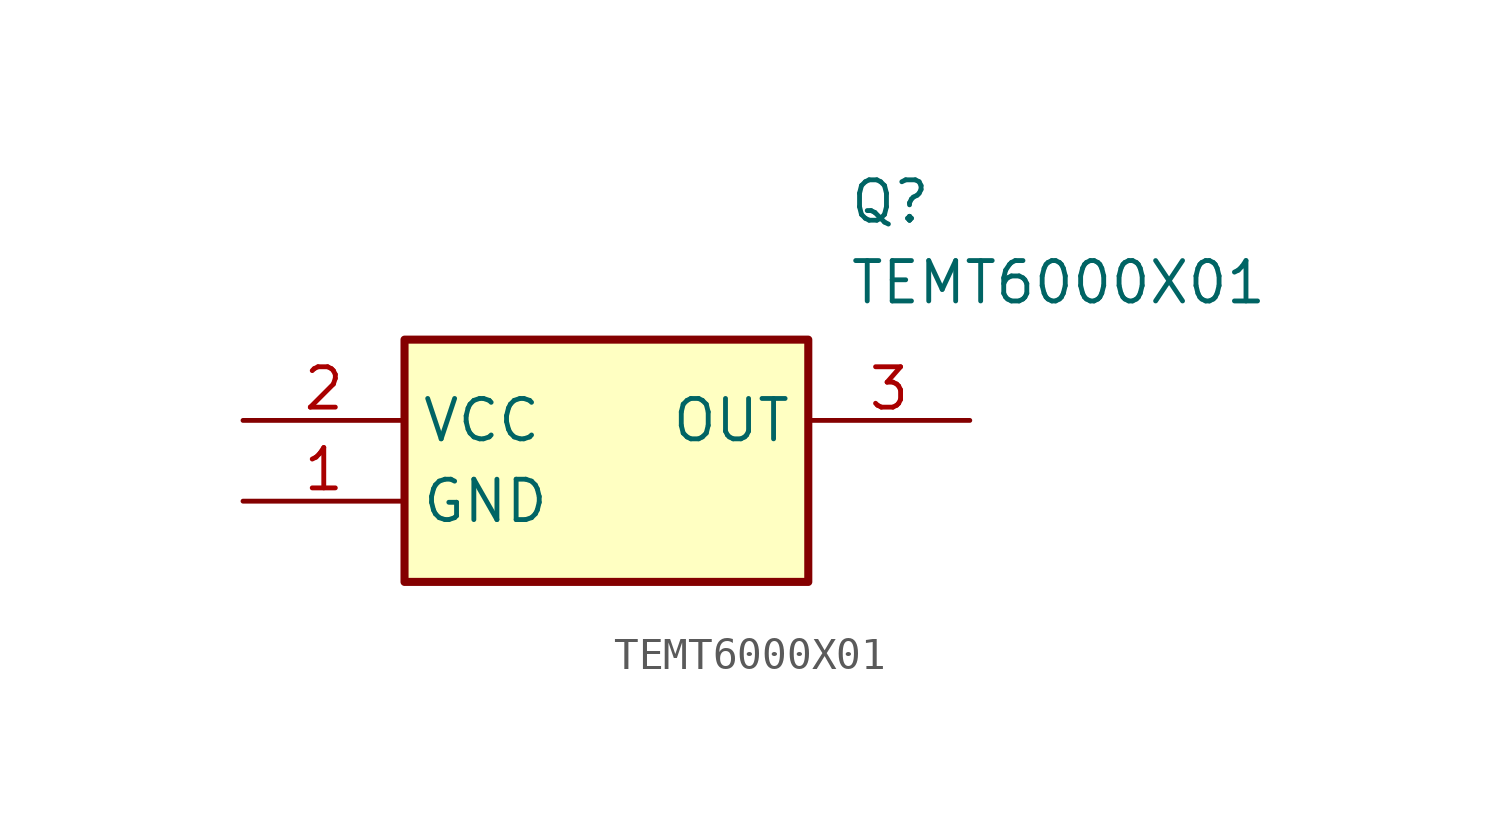
<source format=kicad_sym>
(kicad_symbol_lib
  (version 20231120)
  (generator "kicad_symbol_editor")
  (generator_version "8.0")
  (symbol "TEMT6000X01"
    (property "Reference" "Q"
      (at 19.05 7.62 0)
      (effects (font (size 1.27 1.27)) (justify left top)))
    (property "Value" "TEMT6000X01"
      (at 19.05 5.08 0)
      (effects (font (size 1.27 1.27)) (justify left top)))
    (symbol "TEMT6000X01_1_1"
      (rectangle (start 5.08 2.54) (end 17.78 -5.08) (stroke (width 0.254) (type default)) (fill (type background)))
      (pin passive line (at 0 -2.54 0) (length 5.08) (name "GND" (effects (font (size 1.27 1.27)))) (number "1" (effects (font (size 1.27 1.27)))))
      (pin power_in line (at 0 0 0) (length 5.08) (name "VCC" (effects (font (size 1.27 1.27)))) (number "2" (effects (font (size 1.27 1.27)))))
      (pin output line (at 22.86 0 180) (length 5.08) (name "OUT" (effects (font (size 1.27 1.27)))) (number "3" (effects (font (size 1.27 1.27))))))))
</source>
